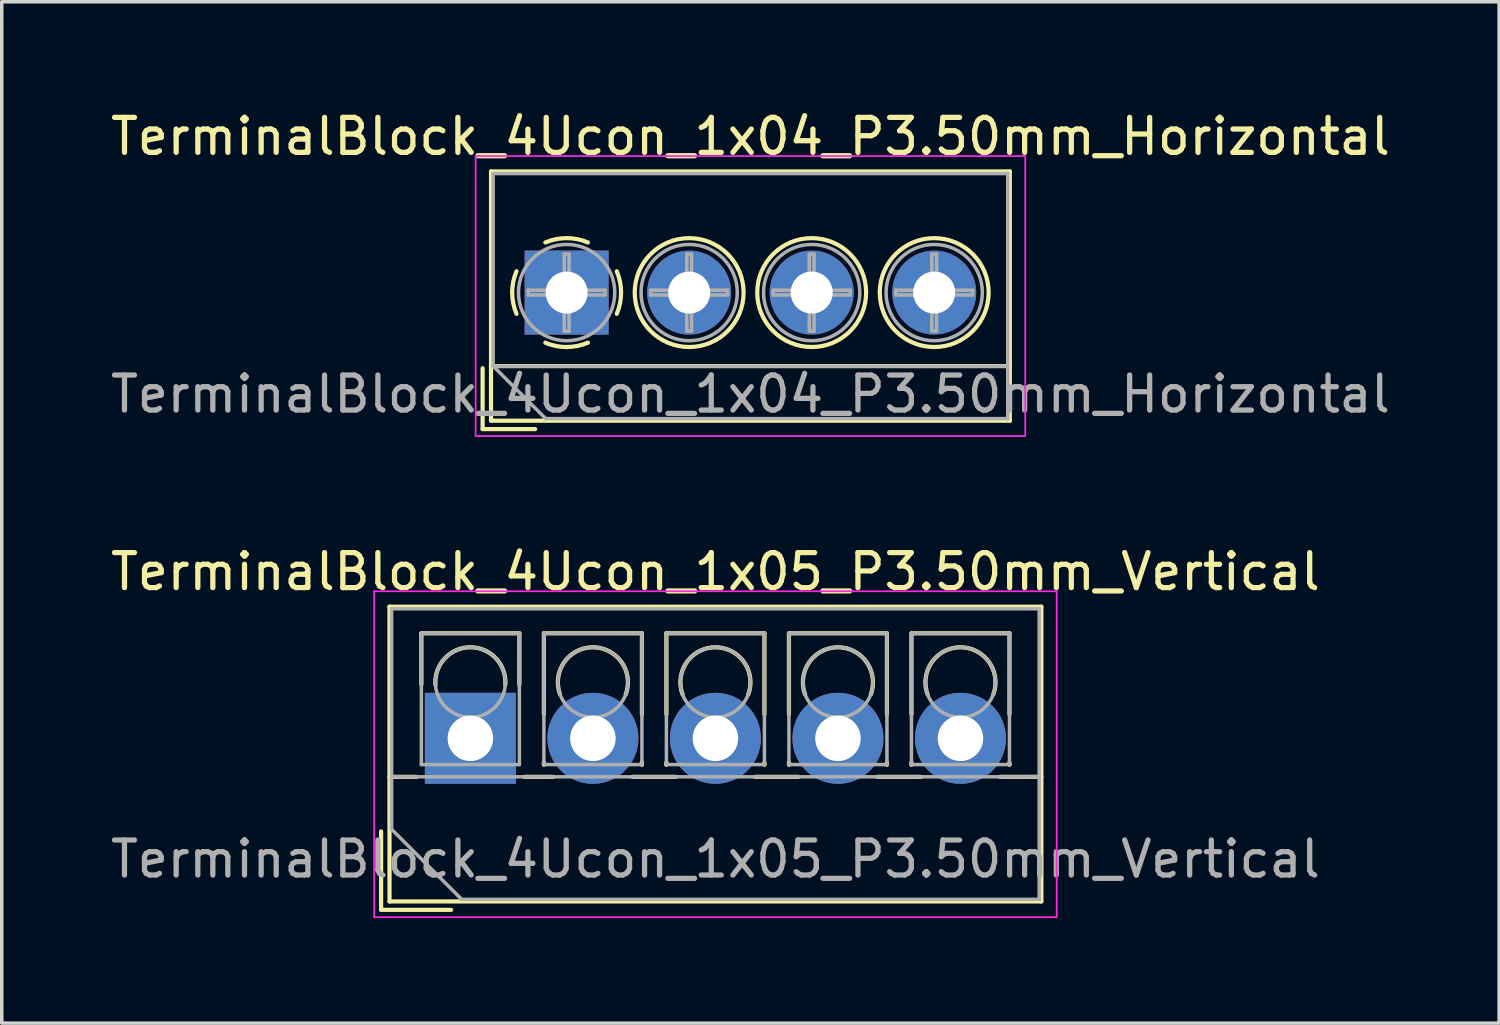
<source format=kicad_pcb>
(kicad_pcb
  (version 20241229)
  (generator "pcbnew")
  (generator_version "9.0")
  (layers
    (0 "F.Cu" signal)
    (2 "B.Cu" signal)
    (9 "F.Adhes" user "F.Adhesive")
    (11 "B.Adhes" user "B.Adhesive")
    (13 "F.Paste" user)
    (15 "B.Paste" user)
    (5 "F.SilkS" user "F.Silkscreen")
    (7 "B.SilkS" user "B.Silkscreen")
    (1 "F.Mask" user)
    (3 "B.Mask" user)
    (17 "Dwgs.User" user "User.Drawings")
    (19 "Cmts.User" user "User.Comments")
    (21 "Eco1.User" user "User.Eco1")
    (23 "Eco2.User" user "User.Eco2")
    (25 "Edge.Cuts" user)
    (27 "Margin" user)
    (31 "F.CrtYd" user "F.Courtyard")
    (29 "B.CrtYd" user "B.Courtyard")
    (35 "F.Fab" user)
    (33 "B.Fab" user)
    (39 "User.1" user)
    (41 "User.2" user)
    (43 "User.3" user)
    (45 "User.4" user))
  (footprint "TerminalBlock_4Ucon_1x05_P3.50mm_Vertical"
    (layer "F.Cu")
    (at 10.387 18.041)
    (property "Reference" "TerminalBlock_4Ucon_1x05_P3.50mm_Vertical" (at 7 -4.76 0) (layer "F.SilkS") (effects (font (size 1 1) (thickness 0.15))))
    (attr through_hole)
    (fp_line (start -2.55 2.66) (end -2.55 4.9) (stroke (width 0.12) (type solid)) (layer "F.SilkS"))
    (fp_line (start -2.55 4.9) (end -0.55 4.9) (stroke (width 0.12) (type solid)) (layer "F.SilkS"))
    (fp_line (start -2.31 -3.76) (end -2.31 4.66) (stroke (width 0.12) (type solid)) (layer "F.SilkS"))
    (fp_line (start -2.31 -3.76) (end 16.311 -3.76) (stroke (width 0.12) (type solid)) (layer "F.SilkS"))
    (fp_line (start -2.31 1.101) (end -1.54 1.101) (stroke (width 0.12) (type solid)) (layer "F.SilkS"))
    (fp_line (start -2.31 4.66) (end 16.311 4.66) (stroke (width 0.12) (type solid)) (layer "F.SilkS"))
    (fp_line (start -1.4 -3) (end -1.4 -1.54) (stroke (width 0.12) (type solid)) (layer "F.SilkS"))
    (fp_line (start -1.4 -3) (end 1.4 -3) (stroke (width 0.12) (type solid)) (layer "F.SilkS"))
    (fp_line (start 1.4 -3) (end 1.4 -1.54) (stroke (width 0.12) (type solid)) (layer "F.SilkS"))
    (fp_line (start 1.54 1.101) (end 2.367 1.101) (stroke (width 0.12) (type solid)) (layer "F.SilkS"))
    (fp_line (start 2.1 -3) (end 2.1 -0.689) (stroke (width 0.12) (type solid)) (layer "F.SilkS"))
    (fp_line (start 2.1 -3) (end 4.9 -3) (stroke (width 0.12) (type solid)) (layer "F.SilkS"))
    (fp_line (start 2.1 0.689) (end 2.1 0.75) (stroke (width 0.12) (type solid)) (layer "F.SilkS"))
    (fp_line (start 2.1 0.75) (end 2.101 0.75) (stroke (width 0.12) (type solid)) (layer "F.SilkS"))
    (fp_line (start 4.634 1.101) (end 5.867 1.101) (stroke (width 0.12) (type solid)) (layer "F.SilkS"))
    (fp_line (start 4.9 -3) (end 4.9 -0.689) (stroke (width 0.12) (type solid)) (layer "F.SilkS"))
    (fp_line (start 4.9 0.689) (end 4.9 0.75) (stroke (width 0.12) (type solid)) (layer "F.SilkS"))
    (fp_line (start 4.9 0.75) (end 4.9 0.75) (stroke (width 0.12) (type solid)) (layer "F.SilkS"))
    (fp_line (start 5.6 -3) (end 5.6 -0.689) (stroke (width 0.12) (type solid)) (layer "F.SilkS"))
    (fp_line (start 5.6 -3) (end 8.4 -3) (stroke (width 0.12) (type solid)) (layer "F.SilkS"))
    (fp_line (start 5.6 0.689) (end 5.6 0.75) (stroke (width 0.12) (type solid)) (layer "F.SilkS"))
    (fp_line (start 5.6 0.75) (end 5.601 0.75) (stroke (width 0.12) (type solid)) (layer "F.SilkS"))
    (fp_line (start 8.134 1.101) (end 9.367 1.101) (stroke (width 0.12) (type solid)) (layer "F.SilkS"))
    (fp_line (start 8.4 -3) (end 8.4 -0.689) (stroke (width 0.12) (type solid)) (layer "F.SilkS"))
    (fp_line (start 8.4 0.689) (end 8.4 0.75) (stroke (width 0.12) (type solid)) (layer "F.SilkS"))
    (fp_line (start 8.4 0.75) (end 8.4 0.75) (stroke (width 0.12) (type solid)) (layer "F.SilkS"))
    (fp_line (start 9.1 -3) (end 9.1 -0.689) (stroke (width 0.12) (type solid)) (layer "F.SilkS"))
    (fp_line (start 9.1 -3) (end 11.9 -3) (stroke (width 0.12) (type solid)) (layer "F.SilkS"))
    (fp_line (start 9.1 0.689) (end 9.1 0.75) (stroke (width 0.12) (type solid)) (layer "F.SilkS"))
    (fp_line (start 9.1 0.75) (end 9.101 0.75) (stroke (width 0.12) (type solid)) (layer "F.SilkS"))
    (fp_line (start 11.634 1.101) (end 12.867 1.101) (stroke (width 0.12) (type solid)) (layer "F.SilkS"))
    (fp_line (start 11.9 -3) (end 11.9 -0.689) (stroke (width 0.12) (type solid)) (layer "F.SilkS"))
    (fp_line (start 11.9 0.689) (end 11.9 0.75) (stroke (width 0.12) (type solid)) (layer "F.SilkS"))
    (fp_line (start 11.9 0.75) (end 11.9 0.75) (stroke (width 0.12) (type solid)) (layer "F.SilkS"))
    (fp_line (start 12.6 -3) (end 12.6 -0.689) (stroke (width 0.12) (type solid)) (layer "F.SilkS"))
    (fp_line (start 12.6 -3) (end 15.4 -3) (stroke (width 0.12) (type solid)) (layer "F.SilkS"))
    (fp_line (start 12.6 0.689) (end 12.6 0.75) (stroke (width 0.12) (type solid)) (layer "F.SilkS"))
    (fp_line (start 12.6 0.75) (end 12.601 0.75) (stroke (width 0.12) (type solid)) (layer "F.SilkS"))
    (fp_line (start 15.134 1.101) (end 16.311 1.101) (stroke (width 0.12) (type solid)) (layer "F.SilkS"))
    (fp_line (start 15.4 -3) (end 15.4 -0.689) (stroke (width 0.12) (type solid)) (layer "F.SilkS"))
    (fp_line (start 15.4 0.689) (end 15.4 0.75) (stroke (width 0.12) (type solid)) (layer "F.SilkS"))
    (fp_line (start 15.4 0.75) (end 15.4 0.75) (stroke (width 0.12) (type solid)) (layer "F.SilkS"))
    (fp_line (start 16.311 -3.76) (end 16.311 4.66) (stroke (width 0.12) (type solid)) (layer "F.SilkS"))
    (fp_arc (start -0.99789 -1.529434) (mid -0.000785 -2.600382) (end 0.998 -1.531) (stroke (width 0.12) (type solid)) (layer "F.SilkS"))
    (fp_arc (start 2.560085 -1.257767) (mid 3.499876 -2.600282) (end 4.44 -1.258) (stroke (width 0.12) (type solid)) (layer "F.SilkS"))
    (fp_arc (start 6.060085 -1.257767) (mid 6.999876 -2.600282) (end 7.94 -1.258) (stroke (width 0.12) (type solid)) (layer "F.SilkS"))
    (fp_arc (start 9.560085 -1.257767) (mid 10.499876 -2.600282) (end 11.44 -1.258) (stroke (width 0.12) (type solid)) (layer "F.SilkS"))
    (fp_arc (start 13.060085 -1.257767) (mid 13.999876 -2.600282) (end 14.94 -1.258) (stroke (width 0.12) (type solid)) (layer "F.SilkS"))
    (fp_line (start -2.75 -4.2) (end -2.75 5.11) (stroke (width 0.05) (type solid)) (layer "F.CrtYd"))
    (fp_line (start -2.75 5.11) (end 16.75 5.11) (stroke (width 0.05) (type solid)) (layer "F.CrtYd"))
    (fp_line (start 16.75 -4.2) (end -2.75 -4.2) (stroke (width 0.05) (type solid)) (layer "F.CrtYd"))
    (fp_line (start 16.75 5.11) (end 16.75 -4.2) (stroke (width 0.05) (type solid)) (layer "F.CrtYd"))
    (fp_line (start -2.25 -3.7) (end 16.25 -3.7) (stroke (width 0.1) (type solid)) (layer "F.Fab"))
    (fp_line (start -2.25 1.1) (end 16.25 1.1) (stroke (width 0.1) (type solid)) (layer "F.Fab"))
    (fp_line (start -2.25 2.6) (end -2.25 -3.7) (stroke (width 0.1) (type solid)) (layer "F.Fab"))
    (fp_line (start -1.4 -3) (end -1.4 0.75) (stroke (width 0.1) (type solid)) (layer "F.Fab"))
    (fp_line (start -1.4 0.75) (end 1.4 0.75) (stroke (width 0.1) (type solid)) (layer "F.Fab"))
    (fp_line (start -0.25 4.6) (end -2.25 2.6) (stroke (width 0.1) (type solid)) (layer "F.Fab"))
    (fp_line (start 1.4 -3) (end -1.4 -3) (stroke (width 0.1) (type solid)) (layer "F.Fab"))
    (fp_line (start 1.4 0.75) (end 1.4 -3) (stroke (width 0.1) (type solid)) (layer "F.Fab"))
    (fp_line (start 2.1 -3) (end 2.1 0.75) (stroke (width 0.1) (type solid)) (layer "F.Fab"))
    (fp_line (start 2.1 0.75) (end 4.9 0.75) (stroke (width 0.1) (type solid)) (layer "F.Fab"))
    (fp_line (start 4.9 -3) (end 2.1 -3) (stroke (width 0.1) (type solid)) (layer "F.Fab"))
    (fp_line (start 4.9 0.75) (end 4.9 -3) (stroke (width 0.1) (type solid)) (layer "F.Fab"))
    (fp_line (start 5.6 -3) (end 5.6 0.75) (stroke (width 0.1) (type solid)) (layer "F.Fab"))
    (fp_line (start 5.6 0.75) (end 8.4 0.75) (stroke (width 0.1) (type solid)) (layer "F.Fab"))
    (fp_line (start 8.4 -3) (end 5.6 -3) (stroke (width 0.1) (type solid)) (layer "F.Fab"))
    (fp_line (start 8.4 0.75) (end 8.4 -3) (stroke (width 0.1) (type solid)) (layer "F.Fab"))
    (fp_line (start 9.1 -3) (end 9.1 0.75) (stroke (width 0.1) (type solid)) (layer "F.Fab"))
    (fp_line (start 9.1 0.75) (end 11.9 0.75) (stroke (width 0.1) (type solid)) (layer "F.Fab"))
    (fp_line (start 11.9 -3) (end 9.1 -3) (stroke (width 0.1) (type solid)) (layer "F.Fab"))
    (fp_line (start 11.9 0.75) (end 11.9 -3) (stroke (width 0.1) (type solid)) (layer "F.Fab"))
    (fp_line (start 12.6 -3) (end 12.6 0.75) (stroke (width 0.1) (type solid)) (layer "F.Fab"))
    (fp_line (start 12.6 0.75) (end 15.4 0.75) (stroke (width 0.1) (type solid)) (layer "F.Fab"))
    (fp_line (start 15.4 -3) (end 12.6 -3) (stroke (width 0.1) (type solid)) (layer "F.Fab"))
    (fp_line (start 15.4 0.75) (end 15.4 -3) (stroke (width 0.1) (type solid)) (layer "F.Fab"))
    (fp_line (start 16.25 -3.7) (end 16.25 4.6) (stroke (width 0.1) (type solid)) (layer "F.Fab"))
    (fp_line (start 16.25 4.6) (end -0.25 4.6) (stroke (width 0.1) (type solid)) (layer "F.Fab"))
    (fp_circle (center 0 -1.6) (end 1 -1.6) (stroke (width 0.1) (type solid)) (fill no) (layer "F.Fab"))
    (fp_circle (center 3.5 -1.6) (end 4.5 -1.6) (stroke (width 0.1) (type solid)) (fill no) (layer "F.Fab"))
    (fp_circle (center 7 -1.6) (end 8 -1.6) (stroke (width 0.1) (type solid)) (fill no) (layer "F.Fab"))
    (fp_circle (center 10.5 -1.6) (end 11.5 -1.6) (stroke (width 0.1) (type solid)) (fill no) (layer "F.Fab"))
    (fp_circle (center 14 -1.6) (end 15 -1.6) (stroke (width 0.1) (type solid)) (fill no) (layer "F.Fab"))
    (fp_text user "${REFERENCE}" (at 7 3.45 0) (layer "F.Fab") (effects (font (size 1 1) (thickness 0.15))))
    (pad "1" thru_hole rect (at 0 0) (size 2.6 2.6) (drill 1.3) (layers "*.Cu" "*.Mask"))
    (pad "2" thru_hole circle (at 3.5 0) (size 2.6 2.6) (drill 1.3) (layers "*.Cu" "*.Mask"))
    (pad "3" thru_hole circle (at 7 0) (size 2.6 2.6) (drill 1.3) (layers "*.Cu" "*.Mask"))
    (pad "4" thru_hole circle (at 10.5 0) (size 2.6 2.6) (drill 1.3) (layers "*.Cu" "*.Mask"))
    (pad "5" thru_hole circle (at 14 0) (size 2.6 2.6) (drill 1.3) (layers "*.Cu" "*.Mask")))
  (footprint "TerminalBlock_4Ucon_1x04_P3.50mm_Horizontal"
    (layer "F.Cu")
    (at 13.137 5.308)
    (property "Reference" "TerminalBlock_4Ucon_1x04_P3.50mm_Horizontal" (at 5.25 -4.46 0) (layer "F.SilkS") (effects (font (size 1 1) (thickness 0.15))))
    (attr through_hole)
    (fp_line (start -2.4 2.16) (end -2.4 3.9) (stroke (width 0.12) (type solid)) (layer "F.SilkS"))
    (fp_line (start -2.4 3.9) (end -0.9 3.9) (stroke (width 0.12) (type solid)) (layer "F.SilkS"))
    (fp_line (start -2.16 -3.46) (end -2.16 3.66) (stroke (width 0.12) (type solid)) (layer "F.SilkS"))
    (fp_line (start -2.16 -3.46) (end 12.66 -3.46) (stroke (width 0.12) (type solid)) (layer "F.SilkS"))
    (fp_line (start -2.16 2.1) (end 12.66 2.1) (stroke (width 0.12) (type solid)) (layer "F.SilkS"))
    (fp_line (start -2.16 3.66) (end 12.66 3.66) (stroke (width 0.12) (type solid)) (layer "F.SilkS"))
    (fp_line (start 12.66 -3.46) (end 12.66 3.66) (stroke (width 0.12) (type solid)) (layer "F.SilkS"))
    (fp_arc (start -1.432109 0.607742) (mid -1.555727 -0.00014) (end -1.432 -0.608) (stroke (width 0.12) (type solid)) (layer "F.SilkS"))
    (fp_arc (start -0.607742 -1.432109) (mid 0.00014 -1.555727) (end 0.608 -1.432) (stroke (width 0.12) (type solid)) (layer "F.SilkS"))
    (fp_arc (start 0.027011 1.555493) (mid -0.296984 1.527118) (end -0.608 1.432) (stroke (width 0.12) (type solid)) (layer "F.SilkS"))
    (fp_arc (start 0.607587 1.431385) (mid 0.310017 1.523783) (end 0 1.555) (stroke (width 0.12) (type solid)) (layer "F.SilkS"))
    (fp_arc (start 1.432109 -0.607742) (mid 1.555727 0.00014) (end 1.432 0.608) (stroke (width 0.12) (type solid)) (layer "F.SilkS"))
    (fp_circle (center 3.5 0) (end 5.055 0) (stroke (width 0.12) (type solid)) (fill no) (layer "F.SilkS"))
    (fp_circle (center 7 0) (end 8.555 0) (stroke (width 0.12) (type solid)) (fill no) (layer "F.SilkS"))
    (fp_circle (center 10.5 0) (end 12.055 0) (stroke (width 0.12) (type solid)) (fill no) (layer "F.SilkS"))
    (fp_line (start -2.6 -3.9) (end -2.6 4.1) (stroke (width 0.05) (type solid)) (layer "F.CrtYd"))
    (fp_line (start -2.6 4.1) (end 13.1 4.1) (stroke (width 0.05) (type solid)) (layer "F.CrtYd"))
    (fp_line (start 13.1 -3.9) (end -2.6 -3.9) (stroke (width 0.05) (type solid)) (layer "F.CrtYd"))
    (fp_line (start 13.1 4.1) (end 13.1 -3.9) (stroke (width 0.05) (type solid)) (layer "F.CrtYd"))
    (fp_line (start -2.1 -3.4) (end 12.6 -3.4) (stroke (width 0.1) (type solid)) (layer "F.Fab"))
    (fp_line (start -2.1 2.1) (end -2.1 -3.4) (stroke (width 0.1) (type solid)) (layer "F.Fab"))
    (fp_line (start -2.1 2.1) (end 12.6 2.1) (stroke (width 0.1) (type solid)) (layer "F.Fab"))
    (fp_line (start -1.1 -0.069) (end -0.069 -0.069) (stroke (width 0.1) (type solid)) (layer "F.Fab"))
    (fp_line (start -1.1 0.069) (end -1.1 -0.069) (stroke (width 0.1) (type solid)) (layer "F.Fab"))
    (fp_line (start -0.6 3.6) (end -2.1 2.1) (stroke (width 0.1) (type solid)) (layer "F.Fab"))
    (fp_line (start -0.069 -1.1) (end 0.069 -1.1) (stroke (width 0.1) (type solid)) (layer "F.Fab"))
    (fp_line (start -0.069 -0.069) (end -0.069 -1.1) (stroke (width 0.1) (type solid)) (layer "F.Fab"))
    (fp_line (start -0.069 0.069) (end -1.1 0.069) (stroke (width 0.1) (type solid)) (layer "F.Fab"))
    (fp_line (start -0.069 1.1) (end -0.069 0.069) (stroke (width 0.1) (type solid)) (layer "F.Fab"))
    (fp_line (start 0.069 -1.1) (end 0.069 -0.069) (stroke (width 0.1) (type solid)) (layer "F.Fab"))
    (fp_line (start 0.069 -0.069) (end 1.1 -0.069) (stroke (width 0.1) (type solid)) (layer "F.Fab"))
    (fp_line (start 0.069 0.069) (end 0.069 1.1) (stroke (width 0.1) (type solid)) (layer "F.Fab"))
    (fp_line (start 0.069 1.1) (end -0.069 1.1) (stroke (width 0.1) (type solid)) (layer "F.Fab"))
    (fp_line (start 1.1 -0.069) (end 1.1 0.069) (stroke (width 0.1) (type solid)) (layer "F.Fab"))
    (fp_line (start 1.1 0.069) (end 0.069 0.069) (stroke (width 0.1) (type solid)) (layer "F.Fab"))
    (fp_line (start 2.4 -0.069) (end 3.431 -0.069) (stroke (width 0.1) (type solid)) (layer "F.Fab"))
    (fp_line (start 2.4 0.069) (end 2.4 -0.069) (stroke (width 0.1) (type solid)) (layer "F.Fab"))
    (fp_line (start 3.431 -1.1) (end 3.569 -1.1) (stroke (width 0.1) (type solid)) (layer "F.Fab"))
    (fp_line (start 3.431 -0.069) (end 3.431 -1.1) (stroke (width 0.1) (type solid)) (layer "F.Fab"))
    (fp_line (start 3.431 0.069) (end 2.4 0.069) (stroke (width 0.1) (type solid)) (layer "F.Fab"))
    (fp_line (start 3.431 1.1) (end 3.431 0.069) (stroke (width 0.1) (type solid)) (layer "F.Fab"))
    (fp_line (start 3.569 -1.1) (end 3.569 -0.069) (stroke (width 0.1) (type solid)) (layer "F.Fab"))
    (fp_line (start 3.569 -0.069) (end 4.6 -0.069) (stroke (width 0.1) (type solid)) (layer "F.Fab"))
    (fp_line (start 3.569 0.069) (end 3.569 1.1) (stroke (width 0.1) (type solid)) (layer "F.Fab"))
    (fp_line (start 3.569 1.1) (end 3.431 1.1) (stroke (width 0.1) (type solid)) (layer "F.Fab"))
    (fp_line (start 4.6 -0.069) (end 4.6 0.069) (stroke (width 0.1) (type solid)) (layer "F.Fab"))
    (fp_line (start 4.6 0.069) (end 3.569 0.069) (stroke (width 0.1) (type solid)) (layer "F.Fab"))
    (fp_line (start 5.9 -0.069) (end 6.931 -0.069) (stroke (width 0.1) (type solid)) (layer "F.Fab"))
    (fp_line (start 5.9 0.069) (end 5.9 -0.069) (stroke (width 0.1) (type solid)) (layer "F.Fab"))
    (fp_line (start 6.931 -1.1) (end 7.069 -1.1) (stroke (width 0.1) (type solid)) (layer "F.Fab"))
    (fp_line (start 6.931 -0.069) (end 6.931 -1.1) (stroke (width 0.1) (type solid)) (layer "F.Fab"))
    (fp_line (start 6.931 0.069) (end 5.9 0.069) (stroke (width 0.1) (type solid)) (layer "F.Fab"))
    (fp_line (start 6.931 1.1) (end 6.931 0.069) (stroke (width 0.1) (type solid)) (layer "F.Fab"))
    (fp_line (start 7.069 -1.1) (end 7.069 -0.069) (stroke (width 0.1) (type solid)) (layer "F.Fab"))
    (fp_line (start 7.069 -0.069) (end 8.1 -0.069) (stroke (width 0.1) (type solid)) (layer "F.Fab"))
    (fp_line (start 7.069 0.069) (end 7.069 1.1) (stroke (width 0.1) (type solid)) (layer "F.Fab"))
    (fp_line (start 7.069 1.1) (end 6.931 1.1) (stroke (width 0.1) (type solid)) (layer "F.Fab"))
    (fp_line (start 8.1 -0.069) (end 8.1 0.069) (stroke (width 0.1) (type solid)) (layer "F.Fab"))
    (fp_line (start 8.1 0.069) (end 7.069 0.069) (stroke (width 0.1) (type solid)) (layer "F.Fab"))
    (fp_line (start 9.4 -0.069) (end 10.431 -0.069) (stroke (width 0.1) (type solid)) (layer "F.Fab"))
    (fp_line (start 9.4 0.069) (end 9.4 -0.069) (stroke (width 0.1) (type solid)) (layer "F.Fab"))
    (fp_line (start 10.431 -1.1) (end 10.569 -1.1) (stroke (width 0.1) (type solid)) (layer "F.Fab"))
    (fp_line (start 10.431 -0.069) (end 10.431 -1.1) (stroke (width 0.1) (type solid)) (layer "F.Fab"))
    (fp_line (start 10.431 0.069) (end 9.4 0.069) (stroke (width 0.1) (type solid)) (layer "F.Fab"))
    (fp_line (start 10.431 1.1) (end 10.431 0.069) (stroke (width 0.1) (type solid)) (layer "F.Fab"))
    (fp_line (start 10.569 -1.1) (end 10.569 -0.069) (stroke (width 0.1) (type solid)) (layer "F.Fab"))
    (fp_line (start 10.569 -0.069) (end 11.6 -0.069) (stroke (width 0.1) (type solid)) (layer "F.Fab"))
    (fp_line (start 10.569 0.069) (end 10.569 1.1) (stroke (width 0.1) (type solid)) (layer "F.Fab"))
    (fp_line (start 10.569 1.1) (end 10.431 1.1) (stroke (width 0.1) (type solid)) (layer "F.Fab"))
    (fp_line (start 11.6 -0.069) (end 11.6 0.069) (stroke (width 0.1) (type solid)) (layer "F.Fab"))
    (fp_line (start 11.6 0.069) (end 10.569 0.069) (stroke (width 0.1) (type solid)) (layer "F.Fab"))
    (fp_line (start 12.6 -3.4) (end 12.6 3.6) (stroke (width 0.1) (type solid)) (layer "F.Fab"))
    (fp_line (start 12.6 3.6) (end -0.6 3.6) (stroke (width 0.1) (type solid)) (layer "F.Fab"))
    (fp_circle (center 0 0) (end 1.375 0) (stroke (width 0.1) (type solid)) (fill no) (layer "F.Fab"))
    (fp_circle (center 3.5 0) (end 4.875 0) (stroke (width 0.1) (type solid)) (fill no) (layer "F.Fab"))
    (fp_circle (center 7 0) (end 8.375 0) (stroke (width 0.1) (type solid)) (fill no) (layer "F.Fab"))
    (fp_circle (center 10.5 0) (end 11.875 0) (stroke (width 0.1) (type solid)) (fill no) (layer "F.Fab"))
    (fp_text user "${REFERENCE}" (at 5.25 2.9 0) (layer "F.Fab") (effects (font (size 1 1) (thickness 0.15))))
    (pad "1" thru_hole rect (at 0 0) (size 2.4 2.4) (drill 1.2) (layers "*.Cu" "*.Mask"))
    (pad "2" thru_hole circle (at 3.5 0) (size 2.4 2.4) (drill 1.2) (layers "*.Cu" "*.Mask"))
    (pad "3" thru_hole circle (at 7 0) (size 2.4 2.4) (drill 1.2) (layers "*.Cu" "*.Mask"))
    (pad "4" thru_hole circle (at 10.5 0) (size 2.4 2.4) (drill 1.2) (layers "*.Cu" "*.Mask")))
  (gr_rect
    (start -3 -3)
    (end 39.774 26.177)
    (stroke (width 0.1) (type default))
    (fill no)
    (layer "Edge.Cuts")))
</source>
